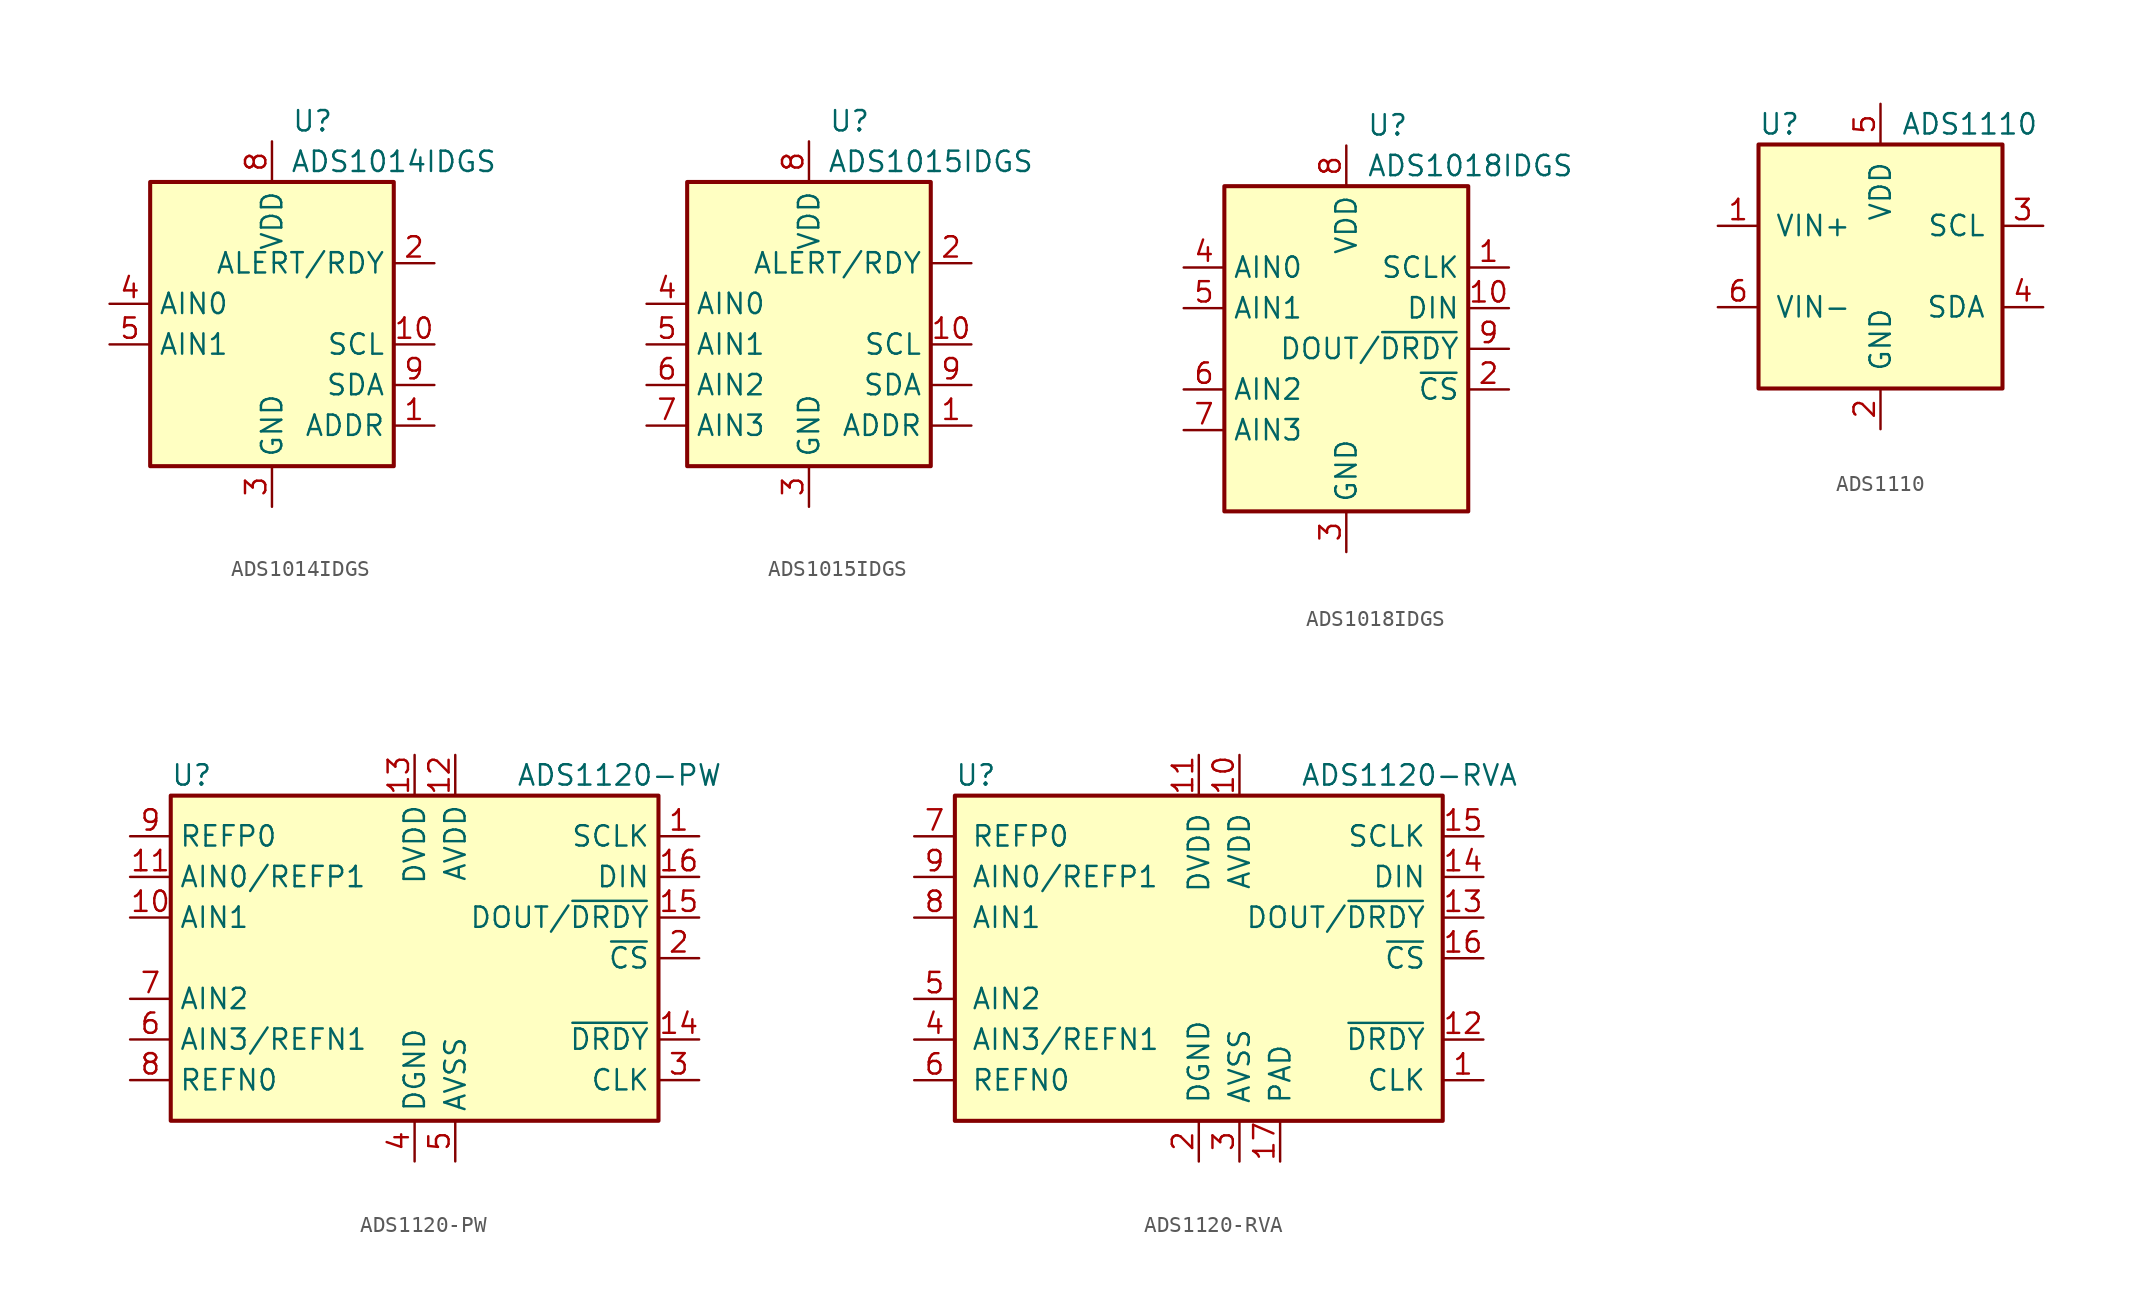
<source format=kicad_sym>
(kicad_symbol_lib
  (version 20201005)
  (generator kicad_symbol_editor)
  (symbol "Analog_ADC:ADS1014IDGS"
    (property "Reference" "U"
      (at 2.54 13.97 0)
      (effects (font (size 1.27 1.27))))
    (property "Value" "ADS1014IDGS"
      (at 7.62 11.43 0)
      (effects (font (size 1.27 1.27))))
    (symbol "ADS1014IDGS_0_1"
      (rectangle (start -7.62 10.16) (end 7.62 -7.62) (stroke (width 0.254)) (fill (type background))))
    (symbol "ADS1014IDGS_1_1"
      (pin input line (at 10.16 -5.08 180) (length 2.54) (name "ADDR" (effects (font (size 1.27 1.27)))) (number "1" (effects (font (size 1.27 1.27)))))
      (pin input line (at 10.16 0 180) (length 2.54) (name "SCL" (effects (font (size 1.27 1.27)))) (number "10" (effects (font (size 1.27 1.27)))))
      (pin output line (at 10.16 5.08 180) (length 2.54) (name "ALERT/RDY" (effects (font (size 1.27 1.27)))) (number "2" (effects (font (size 1.27 1.27)))))
      (pin power_in line (at 0 -10.16 90) (length 2.54) (name "GND" (effects (font (size 1.27 1.27)))) (number "3" (effects (font (size 1.27 1.27)))))
      (pin input line (at -10.16 2.54 0) (length 2.54) (name "AIN0" (effects (font (size 1.27 1.27)))) (number "4" (effects (font (size 1.27 1.27)))))
      (pin input line (at -10.16 0 0) (length 2.54) (name "AIN1" (effects (font (size 1.27 1.27)))) (number "5" (effects (font (size 1.27 1.27)))))
      (pin no_connect line (at -7.62 7.62 0) (length 2.54) hide (name "~" (effects (font (size 1.27 1.27)))) (number "6" (effects (font (size 1.27 1.27)))))
      (pin no_connect line (at -7.62 5.08 0) (length 2.54) hide (name "~" (effects (font (size 1.27 1.27)))) (number "7" (effects (font (size 1.27 1.27)))))
      (pin power_in line (at 0 12.7 270) (length 2.54) (name "VDD" (effects (font (size 1.27 1.27)))) (number "8" (effects (font (size 1.27 1.27)))))
      (pin bidirectional line (at 10.16 -2.54 180) (length 2.54) (name "SDA" (effects (font (size 1.27 1.27)))) (number "9" (effects (font (size 1.27 1.27)))))))
  (symbol "Analog_ADC:ADS1015IDGS"
    (property "Reference" "U"
      (at 2.54 13.97 0)
      (effects (font (size 1.27 1.27))))
    (property "Value" "ADS1015IDGS"
      (at 7.62 11.43 0)
      (effects (font (size 1.27 1.27))))
    (symbol "ADS1015IDGS_0_1"
      (rectangle (start -7.62 10.16) (end 7.62 -7.62) (stroke (width 0.254)) (fill (type background))))
    (symbol "ADS1015IDGS_1_1"
      (pin input line (at 10.16 -5.08 180) (length 2.54) (name "ADDR" (effects (font (size 1.27 1.27)))) (number "1" (effects (font (size 1.27 1.27)))))
      (pin input line (at 10.16 0 180) (length 2.54) (name "SCL" (effects (font (size 1.27 1.27)))) (number "10" (effects (font (size 1.27 1.27)))))
      (pin output line (at 10.16 5.08 180) (length 2.54) (name "ALERT/RDY" (effects (font (size 1.27 1.27)))) (number "2" (effects (font (size 1.27 1.27)))))
      (pin power_in line (at 0 -10.16 90) (length 2.54) (name "GND" (effects (font (size 1.27 1.27)))) (number "3" (effects (font (size 1.27 1.27)))))
      (pin input line (at -10.16 2.54 0) (length 2.54) (name "AIN0" (effects (font (size 1.27 1.27)))) (number "4" (effects (font (size 1.27 1.27)))))
      (pin input line (at -10.16 0 0) (length 2.54) (name "AIN1" (effects (font (size 1.27 1.27)))) (number "5" (effects (font (size 1.27 1.27)))))
      (pin input line (at -10.16 -2.54 0) (length 2.54) (name "AIN2" (effects (font (size 1.27 1.27)))) (number "6" (effects (font (size 1.27 1.27)))))
      (pin input line (at -10.16 -5.08 0) (length 2.54) (name "AIN3" (effects (font (size 1.27 1.27)))) (number "7" (effects (font (size 1.27 1.27)))))
      (pin power_in line (at 0 12.7 270) (length 2.54) (name "VDD" (effects (font (size 1.27 1.27)))) (number "8" (effects (font (size 1.27 1.27)))))
      (pin bidirectional line (at 10.16 -2.54 180) (length 2.54) (name "SDA" (effects (font (size 1.27 1.27)))) (number "9" (effects (font (size 1.27 1.27)))))))
  (symbol "Analog_ADC:ADS1018IDGS"
    (property "Reference" "U"
      (at 1.27 13.97 0)
      (effects (font (size 1.27 1.27)) (justify left)))
    (property "Value" "ADS1018IDGS"
      (at 1.27 11.43 0)
      (effects (font (size 1.27 1.27)) (justify left)))
    (symbol "ADS1018IDGS_0_1"
      (rectangle (start 7.62 10.16) (end -7.62 -10.16) (stroke (width 0.254)) (fill (type background))))
    (symbol "ADS1018IDGS_1_1"
      (pin input line (at 10.16 5.08 180) (length 2.54) (name "SCLK" (effects (font (size 1.27 1.27)))) (number "1" (effects (font (size 1.27 1.27)))))
      (pin input line (at 10.16 2.54 180) (length 2.54) (name "DIN" (effects (font (size 1.27 1.27)))) (number "10" (effects (font (size 1.27 1.27)))))
      (pin input line (at 10.16 -2.54 180) (length 2.54) (name "~CS" (effects (font (size 1.27 1.27)))) (number "2" (effects (font (size 1.27 1.27)))))
      (pin power_in line (at 0 -12.7 90) (length 2.54) (name "GND" (effects (font (size 1.27 1.27)))) (number "3" (effects (font (size 1.27 1.27)))))
      (pin input line (at -10.16 5.08 0) (length 2.54) (name "AIN0" (effects (font (size 1.27 1.27)))) (number "4" (effects (font (size 1.27 1.27)))))
      (pin input line (at -10.16 2.54 0) (length 2.54) (name "AIN1" (effects (font (size 1.27 1.27)))) (number "5" (effects (font (size 1.27 1.27)))))
      (pin input line (at -10.16 -2.54 0) (length 2.54) (name "AIN2" (effects (font (size 1.27 1.27)))) (number "6" (effects (font (size 1.27 1.27)))))
      (pin input line (at -10.16 -5.08 0) (length 2.54) (name "AIN3" (effects (font (size 1.27 1.27)))) (number "7" (effects (font (size 1.27 1.27)))))
      (pin power_in line (at 0 12.7 270) (length 2.54) (name "VDD" (effects (font (size 1.27 1.27)))) (number "8" (effects (font (size 1.27 1.27)))))
      (pin output line (at 10.16 0 180) (length 2.54) (name "DOUT/~DRDY" (effects (font (size 1.27 1.27)))) (number "9" (effects (font (size 1.27 1.27)))))))
  (symbol "Analog_ADC:ADS1110"
    (pin_names
      (offset 1.016))
    (property "Reference" "U"
      (at -7.62 8.89 0)
      (effects (font (size 1.27 1.27)) (justify left)))
    (property "Value" "ADS1110"
      (at 1.27 8.89 0)
      (effects (font (size 1.27 1.27)) (justify left)))
    (symbol "ADS1110_0_1"
      (rectangle (start -7.62 7.62) (end 7.62 -7.62) (stroke (width 0.254)) (fill (type background))))
    (symbol "ADS1110_1_1"
      (pin input line (at -10.16 2.54 0) (length 2.54) (name "VIN+" (effects (font (size 1.27 1.27)))) (number "1" (effects (font (size 1.27 1.27)))))
      (pin power_in line (at 0 -10.16 90) (length 2.54) (name "GND" (effects (font (size 1.27 1.27)))) (number "2" (effects (font (size 1.27 1.27)))))
      (pin input line (at 10.16 2.54 180) (length 2.54) (name "SCL" (effects (font (size 1.27 1.27)))) (number "3" (effects (font (size 1.27 1.27)))))
      (pin bidirectional line (at 10.16 -2.54 180) (length 2.54) (name "SDA" (effects (font (size 1.27 1.27)))) (number "4" (effects (font (size 1.27 1.27)))))
      (pin power_in line (at 0 10.16 270) (length 2.54) (name "VDD" (effects (font (size 1.27 1.27)))) (number "5" (effects (font (size 1.27 1.27)))))
      (pin input line (at -10.16 -2.54 0) (length 2.54) (name "VIN-" (effects (font (size 1.27 1.27)))) (number "6" (effects (font (size 1.27 1.27)))))))
  (symbol "Analog_ADC:ADS1120-PW"
    (property "Reference" "U"
      (at -15.24 11.43 0)
      (effects (font (size 1.27 1.27)) (justify left)))
    (property "Value" "ADS1120-PW"
      (at 6.35 11.43 0)
      (effects (font (size 1.27 1.27)) (justify left)))
    (symbol "ADS1120-PW_0_1"
      (rectangle (start -15.24 10.16) (end 15.24 -10.16) (stroke (width 0.254)) (fill (type background))))
    (symbol "ADS1120-PW_1_1"
      (pin input line (at 17.78 7.62 180) (length 2.54) (name "SCLK" (effects (font (size 1.27 1.27)))) (number "1" (effects (font (size 1.27 1.27)))))
      (pin input line (at -17.78 2.54 0) (length 2.54) (name "AIN1" (effects (font (size 1.27 1.27)))) (number "10" (effects (font (size 1.27 1.27)))))
      (pin input line (at -17.78 5.08 0) (length 2.54) (name "AIN0/REFP1" (effects (font (size 1.27 1.27)))) (number "11" (effects (font (size 1.27 1.27)))))
      (pin power_in line (at 2.54 12.7 270) (length 2.54) (name "AVDD" (effects (font (size 1.27 1.27)))) (number "12" (effects (font (size 1.27 1.27)))))
      (pin power_in line (at 0 12.7 270) (length 2.54) (name "DVDD" (effects (font (size 1.27 1.27)))) (number "13" (effects (font (size 1.27 1.27)))))
      (pin output line (at 17.78 -5.08 180) (length 2.54) (name "~DRDY" (effects (font (size 1.27 1.27)))) (number "14" (effects (font (size 1.27 1.27)))))
      (pin output line (at 17.78 2.54 180) (length 2.54) (name "DOUT/~DRDY" (effects (font (size 1.27 1.27)))) (number "15" (effects (font (size 1.27 1.27)))))
      (pin input line (at 17.78 5.08 180) (length 2.54) (name "DIN" (effects (font (size 1.27 1.27)))) (number "16" (effects (font (size 1.27 1.27)))))
      (pin input line (at 17.78 0 180) (length 2.54) (name "~CS" (effects (font (size 1.27 1.27)))) (number "2" (effects (font (size 1.27 1.27)))))
      (pin input line (at 17.78 -7.62 180) (length 2.54) (name "CLK" (effects (font (size 1.27 1.27)))) (number "3" (effects (font (size 1.27 1.27)))))
      (pin power_in line (at 0 -12.7 90) (length 2.54) (name "DGND" (effects (font (size 1.27 1.27)))) (number "4" (effects (font (size 1.27 1.27)))))
      (pin power_in line (at 2.54 -12.7 90) (length 2.54) (name "AVSS" (effects (font (size 1.27 1.27)))) (number "5" (effects (font (size 1.27 1.27)))))
      (pin input line (at -17.78 -5.08 0) (length 2.54) (name "AIN3/REFN1" (effects (font (size 1.27 1.27)))) (number "6" (effects (font (size 1.27 1.27)))))
      (pin input line (at -17.78 -2.54 0) (length 2.54) (name "AIN2" (effects (font (size 1.27 1.27)))) (number "7" (effects (font (size 1.27 1.27)))))
      (pin input line (at -17.78 -7.62 0) (length 2.54) (name "REFN0" (effects (font (size 1.27 1.27)))) (number "8" (effects (font (size 1.27 1.27)))))
      (pin input line (at -17.78 7.62 0) (length 2.54) (name "REFP0" (effects (font (size 1.27 1.27)))) (number "9" (effects (font (size 1.27 1.27)))))))
  (symbol "Analog_ADC:ADS1120-RVA"
    (pin_names
      (offset 1.016))
    (property "Reference" "U"
      (at -15.24 11.43 0)
      (effects (font (size 1.27 1.27)) (justify left)))
    (property "Value" "ADS1120-RVA"
      (at 6.35 11.43 0)
      (effects (font (size 1.27 1.27)) (justify left)))
    (symbol "ADS1120-RVA_0_1"
      (rectangle (start -15.24 10.16) (end 15.24 -10.16) (stroke (width 0.254)) (fill (type background))))
    (symbol "ADS1120-RVA_1_1"
      (pin input line (at 17.78 -7.62 180) (length 2.54) (name "CLK" (effects (font (size 1.27 1.27)))) (number "1" (effects (font (size 1.27 1.27)))))
      (pin power_in line (at 2.54 12.7 270) (length 2.54) (name "AVDD" (effects (font (size 1.27 1.27)))) (number "10" (effects (font (size 1.27 1.27)))))
      (pin power_in line (at 0 12.7 270) (length 2.54) (name "DVDD" (effects (font (size 1.27 1.27)))) (number "11" (effects (font (size 1.27 1.27)))))
      (pin output line (at 17.78 -5.08 180) (length 2.54) (name "~DRDY" (effects (font (size 1.27 1.27)))) (number "12" (effects (font (size 1.27 1.27)))))
      (pin output line (at 17.78 2.54 180) (length 2.54) (name "DOUT/~DRDY" (effects (font (size 1.27 1.27)))) (number "13" (effects (font (size 1.27 1.27)))))
      (pin input line (at 17.78 5.08 180) (length 2.54) (name "DIN" (effects (font (size 1.27 1.27)))) (number "14" (effects (font (size 1.27 1.27)))))
      (pin input line (at 17.78 7.62 180) (length 2.54) (name "SCLK" (effects (font (size 1.27 1.27)))) (number "15" (effects (font (size 1.27 1.27)))))
      (pin input line (at 17.78 0 180) (length 2.54) (name "~CS" (effects (font (size 1.27 1.27)))) (number "16" (effects (font (size 1.27 1.27)))))
      (pin passive line (at 5.08 -12.7 90) (length 2.54) (name "PAD" (effects (font (size 1.27 1.27)))) (number "17" (effects (font (size 1.27 1.27)))))
      (pin power_in line (at 0 -12.7 90) (length 2.54) (name "DGND" (effects (font (size 1.27 1.27)))) (number "2" (effects (font (size 1.27 1.27)))))
      (pin power_in line (at 2.54 -12.7 90) (length 2.54) (name "AVSS" (effects (font (size 1.27 1.27)))) (number "3" (effects (font (size 1.27 1.27)))))
      (pin input line (at -17.78 -5.08 0) (length 2.54) (name "AIN3/REFN1" (effects (font (size 1.27 1.27)))) (number "4" (effects (font (size 1.27 1.27)))))
      (pin input line (at -17.78 -2.54 0) (length 2.54) (name "AIN2" (effects (font (size 1.27 1.27)))) (number "5" (effects (font (size 1.27 1.27)))))
      (pin input line (at -17.78 -7.62 0) (length 2.54) (name "REFN0" (effects (font (size 1.27 1.27)))) (number "6" (effects (font (size 1.27 1.27)))))
      (pin input line (at -17.78 7.62 0) (length 2.54) (name "REFP0" (effects (font (size 1.27 1.27)))) (number "7" (effects (font (size 1.27 1.27)))))
      (pin input line (at -17.78 2.54 0) (length 2.54) (name "AIN1" (effects (font (size 1.27 1.27)))) (number "8" (effects (font (size 1.27 1.27)))))
      (pin input line (at -17.78 5.08 0) (length 2.54) (name "AIN0/REFP1" (effects (font (size 1.27 1.27)))) (number "9" (effects (font (size 1.27 1.27))))))))
</source>
